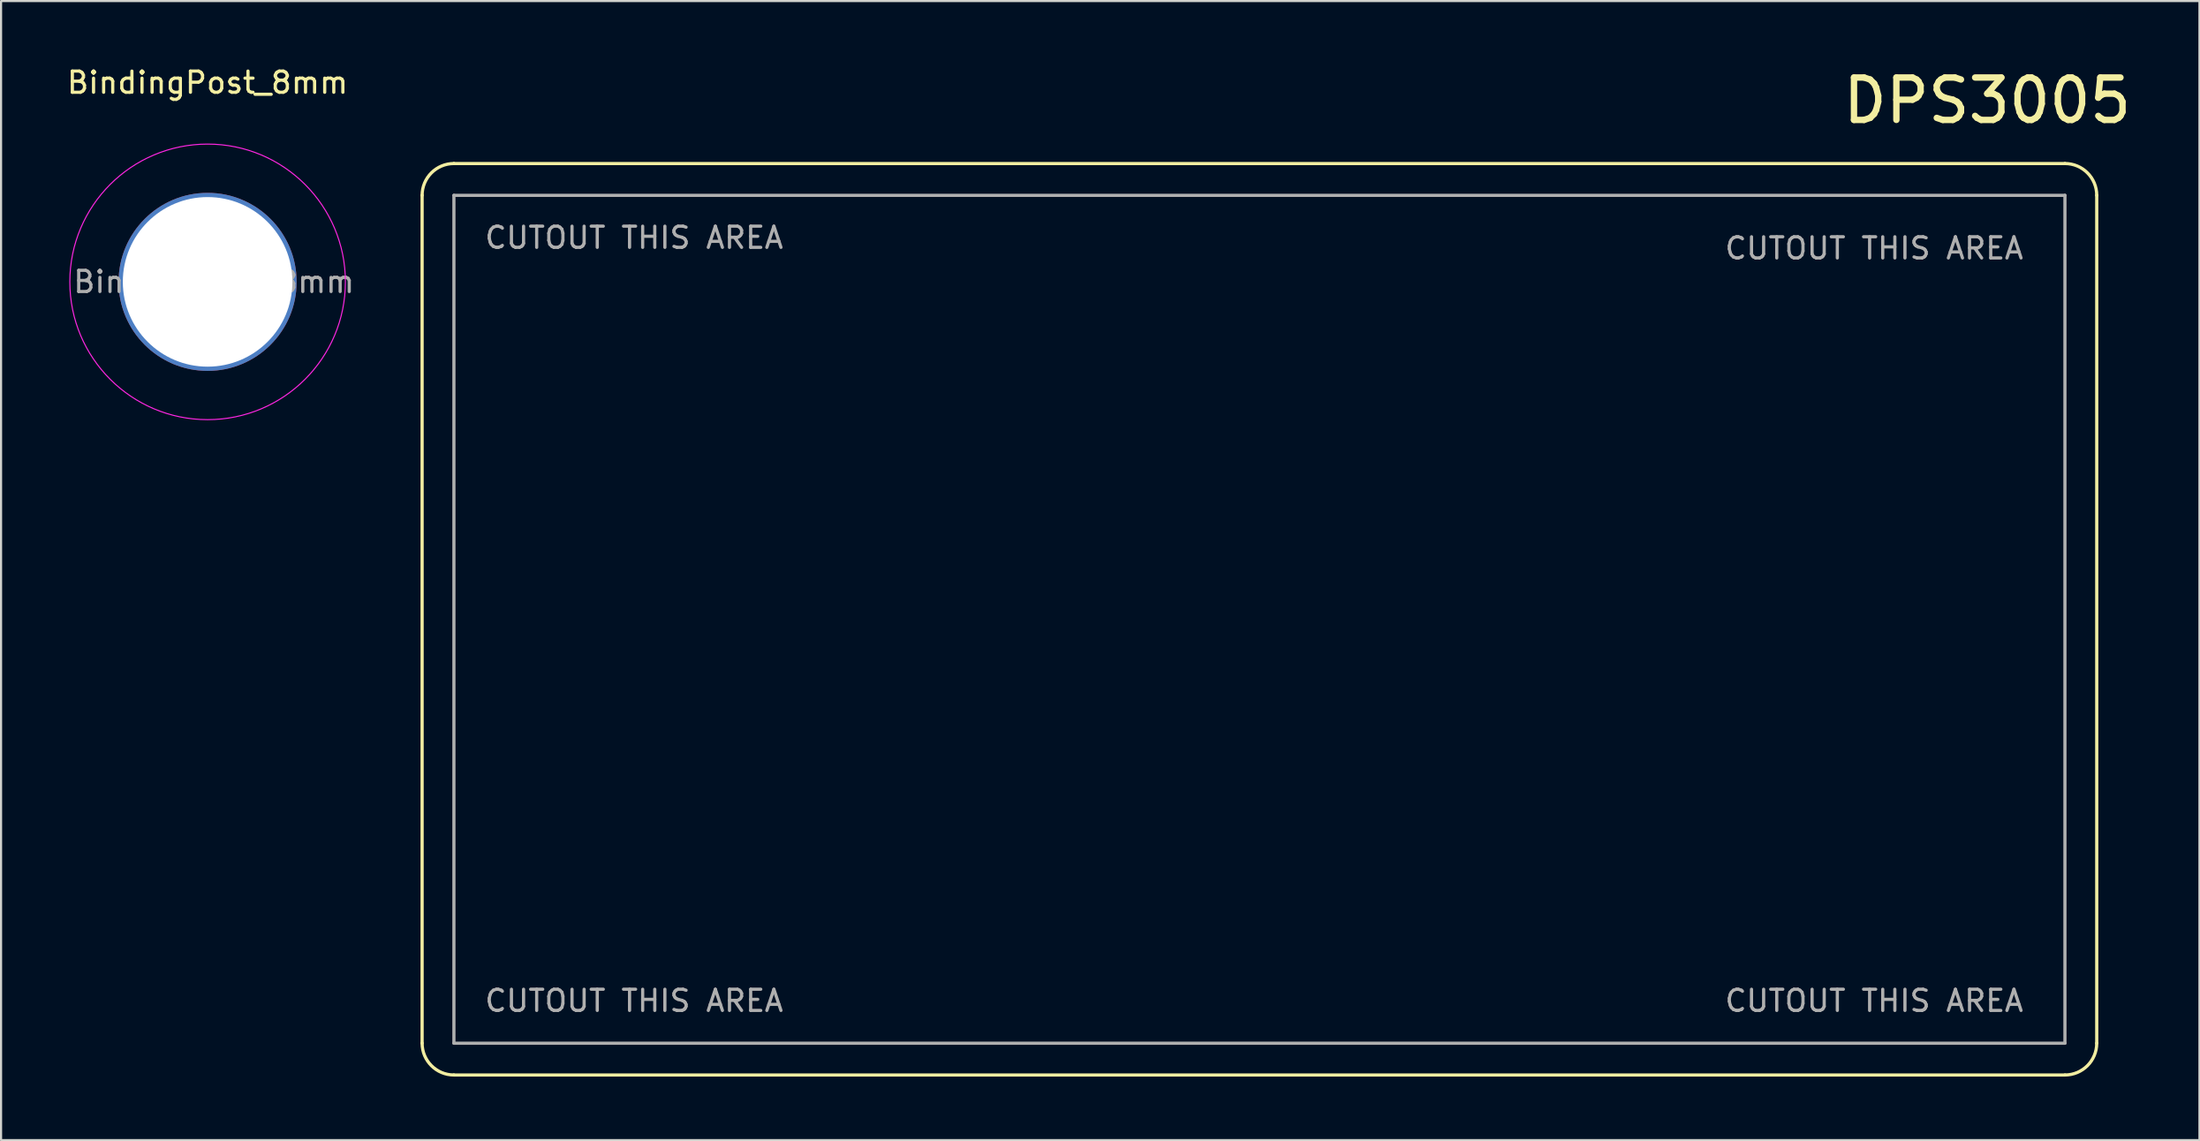
<source format=kicad_pcb>
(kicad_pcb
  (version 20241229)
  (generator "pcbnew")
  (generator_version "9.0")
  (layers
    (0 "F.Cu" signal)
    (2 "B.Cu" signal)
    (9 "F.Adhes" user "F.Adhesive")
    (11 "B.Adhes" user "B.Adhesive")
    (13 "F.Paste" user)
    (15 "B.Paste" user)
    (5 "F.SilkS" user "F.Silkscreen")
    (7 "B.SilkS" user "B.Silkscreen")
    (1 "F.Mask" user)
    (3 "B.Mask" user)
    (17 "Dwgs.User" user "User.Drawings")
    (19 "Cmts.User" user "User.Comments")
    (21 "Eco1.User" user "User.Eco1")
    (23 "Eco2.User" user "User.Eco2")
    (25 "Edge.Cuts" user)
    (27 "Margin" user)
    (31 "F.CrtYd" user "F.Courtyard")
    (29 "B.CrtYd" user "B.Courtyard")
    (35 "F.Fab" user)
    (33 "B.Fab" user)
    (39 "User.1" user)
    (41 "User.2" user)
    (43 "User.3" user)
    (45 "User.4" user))
  (footprint "DPS3005"
    (layer "F.Cu")
    (at 56.363 26.165)
    (property "Reference" "DPS3005" (at 34.334 -24.468 0) (layer "F.SilkS") (effects (font (size 2 2) (thickness 0.3))))
    (attr through_hole)
    (fp_line (start -39.5 20) (end -39.5 -20) (stroke (width 0.15) (type solid)) (layer "F.SilkS"))
    (fp_line (start -38 -21.5) (end 38 -21.5) (stroke (width 0.15) (type solid)) (layer "F.SilkS"))
    (fp_line (start 38 21.5) (end -38 21.5) (stroke (width 0.15) (type solid)) (layer "F.SilkS"))
    (fp_line (start 39.5 -20) (end 39.5 20) (stroke (width 0.15) (type solid)) (layer "F.SilkS"))
    (fp_arc (start -39.5 -20) (mid -39.06066 -21.06066) (end -38 -21.5) (stroke (width 0.15) (type solid)) (layer "F.SilkS"))
    (fp_arc (start -38 21.5) (mid -39.06066 21.06066) (end -39.5 20) (stroke (width 0.15) (type solid)) (layer "F.SilkS"))
    (fp_arc (start 38 -21.5) (mid 39.06066 -21.06066) (end 39.5 -20) (stroke (width 0.15) (type solid)) (layer "F.SilkS"))
    (fp_arc (start 39.5 20) (mid 39.06066 21.06066) (end 38 21.5) (stroke (width 0.15) (type solid)) (layer "F.SilkS"))
    (fp_line (start -38 -20) (end 38 -20) (stroke (width 0.15) (type solid)) (layer "F.Fab"))
    (fp_line (start -38 20) (end -38 -20) (stroke (width 0.15) (type solid)) (layer "F.Fab"))
    (fp_line (start 38 -20) (end 38 20) (stroke (width 0.15) (type solid)) (layer "F.Fab"))
    (fp_line (start 38 20) (end -38 20) (stroke (width 0.15) (type solid)) (layer "F.Fab"))
    (fp_text user "CUTOUT THIS AREA" (at 29 -17.5 0) (layer "F.Fab") (effects (font (size 1 1) (thickness 0.15))))
    (fp_text user "CUTOUT THIS AREA" (at -29.5 18 0) (layer "F.Fab") (effects (font (size 1 1) (thickness 0.15))))
    (fp_text user "CUTOUT THIS AREA" (at -29.5 -18 0) (layer "F.Fab") (effects (font (size 1 1) (thickness 0.15))))
    (fp_text user "CUTOUT THIS AREA" (at 29 18 0) (layer "F.Fab") (effects (font (size 1 1) (thickness 0.15)))))
  (footprint "BindingPost_8mm"
    (layer "F.Cu")
    (at 6.744 10.248)
    (property "Reference" "BindingPost_8mm" (at 0 -9.4 0) (layer "F.SilkS") (effects (font (size 1 1) (thickness 0.15))))
    (attr exclude_from_pos_files exclude_from_bom)
    (fp_circle (center 0 0) (end 6.5 0) (stroke (width 0.05) (type solid)) (fill no) (layer "F.CrtYd"))
    (fp_text user "${REFERENCE}" (at 0.3 0 0) (layer "F.Fab") (effects (font (size 1 1) (thickness 0.15))))
    (pad "" np_thru_hole circle (at 0 0) (size 8.4 8.4) (drill 8) (layers "*.Cu" "*.Mask")))
  (gr_rect
    (start -3 -3)
    (end 100.709 50.739)
    (stroke (width 0.1) (type default))
    (fill no)
    (layer "Edge.Cuts")))
</source>
